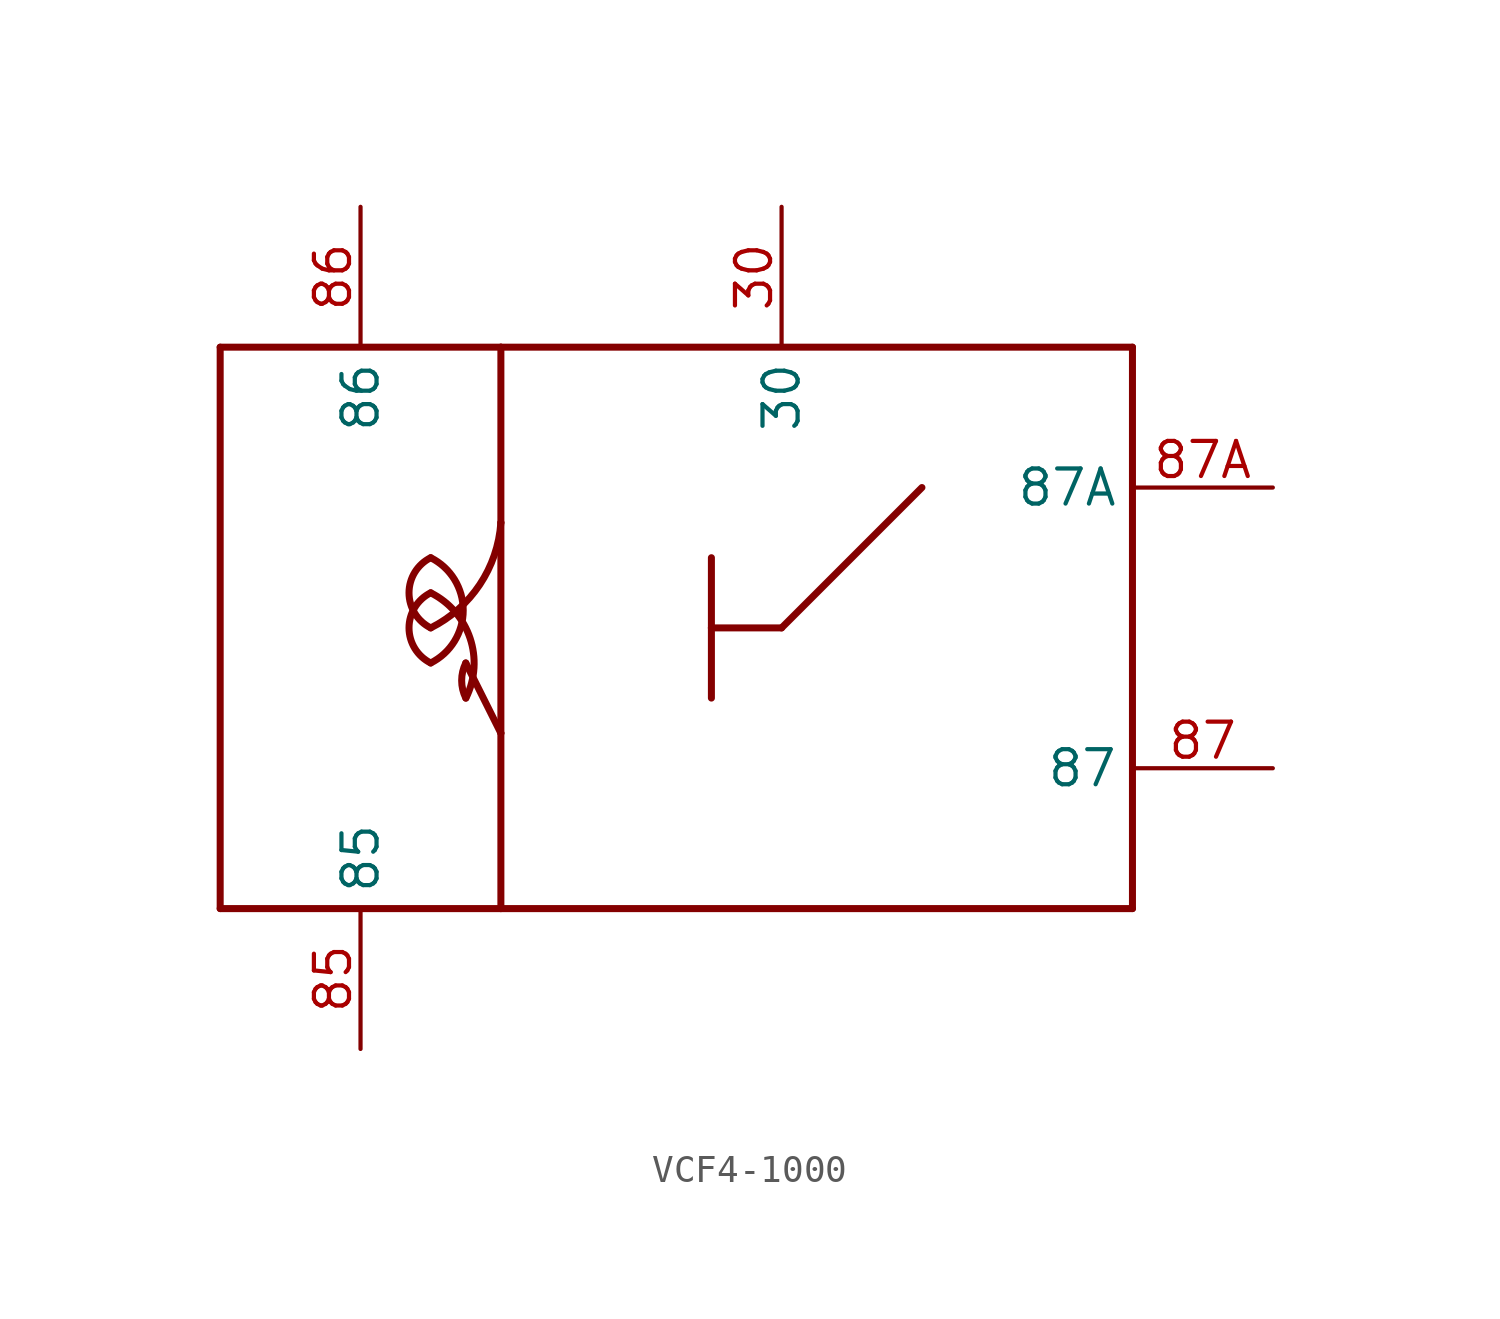
<source format=kicad_sym>
(kicad_symbol_lib
  (version 20220914)
  (generator kicad_symbol_editor)
  (symbol "VCF4-1000"
    (property "Reference" ""
      (at 0 0 0)
      (effects (font (size 1.27 1.27)) hide))
    (property "ki_locked" ""
      (at 0 0 0)
      (effects (font (size 1.27 1.27))))
    (symbol "VCF4-1000_1_0"
      (polyline (pts (xy -5.08 -5.08) (xy -5.08 15.24)) (stroke (width 0.254) (type solid)) (fill (type none)))
      (polyline (pts (xy 5.08 -5.08) (xy -5.08 -5.08)) (stroke (width 0.254) (type solid)) (fill (type none)))
      (polyline (pts (xy 5.08 -5.08) (xy 27.94 -5.08)) (stroke (width 0.254) (type solid)) (fill (type none)))
      (polyline (pts (xy 5.08 1.27) (xy 3.81 3.81)) (stroke (width 0.254) (type solid)) (fill (type none)))
      (polyline (pts (xy 5.08 1.27) (xy 5.08 -5.08)) (stroke (width 0.254) (type solid)) (fill (type none)))
      (polyline (pts (xy 5.08 8.89) (xy 5.08 1.27)) (stroke (width 0.254) (type solid)) (fill (type none)))
      (polyline (pts (xy 5.08 15.24) (xy -5.08 15.24)) (stroke (width 0.254) (type solid)) (fill (type none)))
      (polyline (pts (xy 5.08 15.24) (xy 5.08 8.89)) (stroke (width 0.254) (type solid)) (fill (type none)))
      (polyline (pts (xy 12.7 2.54) (xy 12.7 5.08)) (stroke (width 0.254) (type solid)) (fill (type none)))
      (polyline (pts (xy 12.7 5.08) (xy 15.24 5.08)) (stroke (width 0.254) (type solid)) (fill (type none)))
      (polyline (pts (xy 12.7 7.62) (xy 12.7 5.08)) (stroke (width 0.254) (type solid)) (fill (type none)))
      (polyline (pts (xy 15.24 5.08) (xy 20.32 10.16)) (stroke (width 0.254) (type solid)) (fill (type none)))
      (polyline (pts (xy 27.94 -5.08) (xy 27.94 15.24)) (stroke (width 0.254) (type solid)) (fill (type none)))
      (polyline (pts (xy 27.94 15.24) (xy 5.08 15.24)) (stroke (width 0.254) (type solid)) (fill (type none)))
      (arc (start 2.54 3.81) (mid 3.7174 5.715) (end 2.54 7.62) (stroke (width 0.254) (type solid)) (fill (type none)))
      (arc (start 2.54 5.08) (mid 4.3158 6.6477) (end 5.0799 8.89) (stroke (width 0.254) (type solid)) (fill (type none)))
      (arc (start 2.54 6.35) (mid 0.4851 5.08) (end 2.54 3.81) (stroke (width 0.254) (type solid)) (fill (type none)))
      (arc (start 2.54 7.62) (mid 0.4851 6.35) (end 2.54 5.08) (stroke (width 0.254) (type solid)) (fill (type none)))
      (arc (start 3.81 2.54) (mid 3.964 4.7081) (end 2.5399 6.3501) (stroke (width 0.254) (type solid)) (fill (type none)))
      (arc (start 3.81 3.81) (mid 1.1199 3.175) (end 3.81 2.5399) (stroke (width 0.254) (type solid)) (fill (type none)))
      (pin bidirectional line (at 15.24 20.32 270) (length 5.08) (name "30" (effects (font (size 1.27 1.27)))) (number "30" (effects (font (size 1.27 1.27)))))
      (pin bidirectional line (at 0 -10.16 90) (length 5.08) (name "85" (effects (font (size 1.27 1.27)))) (number "85" (effects (font (size 1.27 1.27)))))
      (pin bidirectional line (at 0 20.32 270) (length 5.08) (name "86" (effects (font (size 1.27 1.27)))) (number "86" (effects (font (size 1.27 1.27)))))
      (pin bidirectional line (at 33.02 0 180) (length 5.08) (name "87" (effects (font (size 1.27 1.27)))) (number "87" (effects (font (size 1.27 1.27)))))
      (pin bidirectional line (at 33.02 10.16 180) (length 5.08) (name "87A" (effects (font (size 1.27 1.27)))) (number "87A" (effects (font (size 1.27 1.27))))))))
</source>
